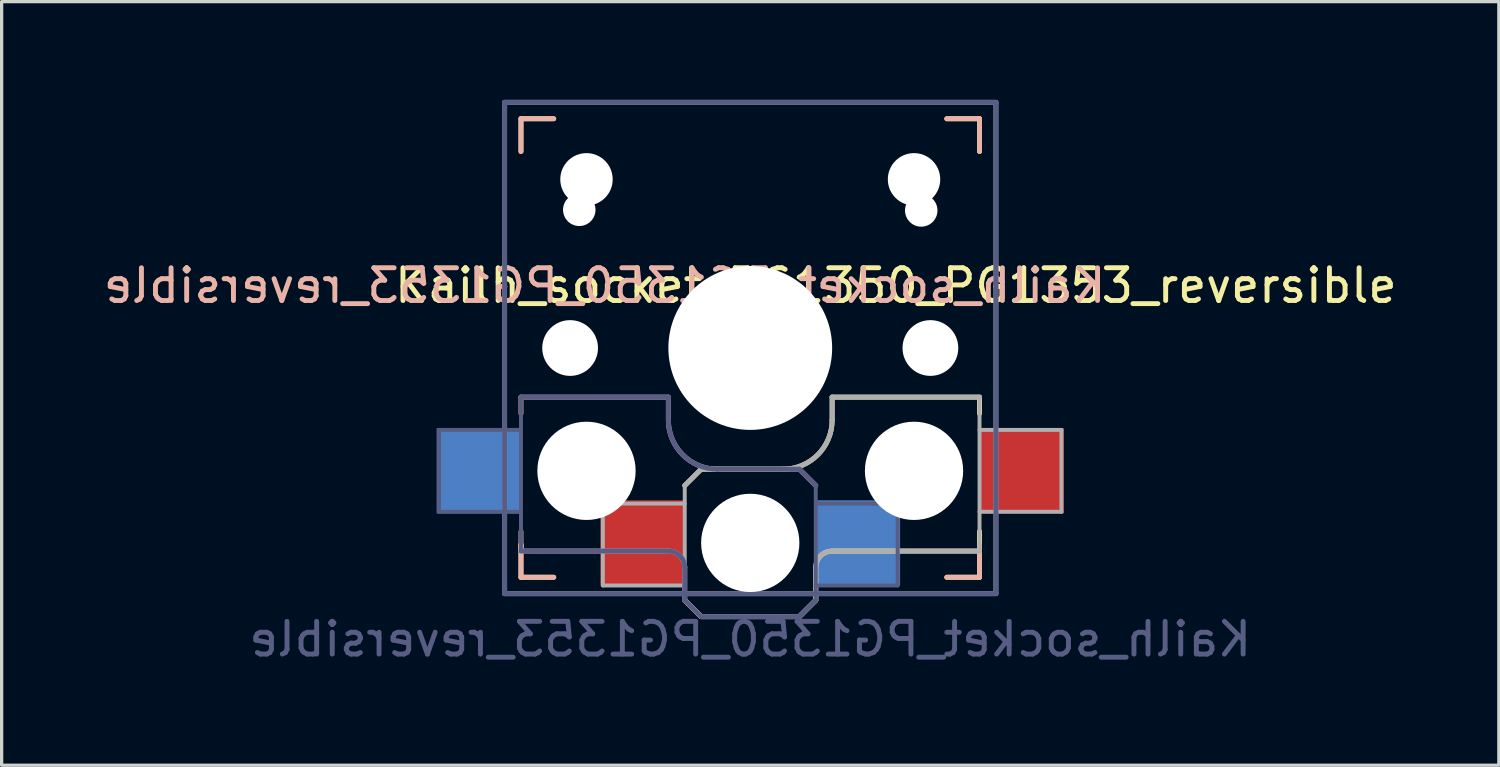
<source format=kicad_pcb>
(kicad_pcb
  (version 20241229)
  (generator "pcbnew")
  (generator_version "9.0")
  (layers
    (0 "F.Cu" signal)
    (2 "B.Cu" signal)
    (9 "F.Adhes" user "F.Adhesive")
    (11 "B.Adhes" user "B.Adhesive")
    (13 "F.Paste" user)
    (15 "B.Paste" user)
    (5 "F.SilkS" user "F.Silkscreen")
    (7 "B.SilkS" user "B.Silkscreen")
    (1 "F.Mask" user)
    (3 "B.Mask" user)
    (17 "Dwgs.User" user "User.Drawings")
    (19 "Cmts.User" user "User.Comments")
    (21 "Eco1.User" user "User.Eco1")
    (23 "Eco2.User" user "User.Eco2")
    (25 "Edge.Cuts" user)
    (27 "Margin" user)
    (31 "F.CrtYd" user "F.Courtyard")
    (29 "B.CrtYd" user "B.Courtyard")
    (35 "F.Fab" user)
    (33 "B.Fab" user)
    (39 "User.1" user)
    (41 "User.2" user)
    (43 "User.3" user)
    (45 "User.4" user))
  (footprint "Kailh_socket_PG1350_PG1353_reversible"
    (layer "F.Cu")
    (at 19.856 7.575)
    (property "Reference" "Kailh_socket_PG1350_PG1353_reversible" (at 4.445 -1.905 0) (layer "F.SilkS") (effects (font (size 1 1) (thickness 0.15))))
    (property "Value" "Kailh_socket_PG1350_PG1353_reversible" (at 0 8.89 0) (layer "F.Fab") (hide yes) (effects (font (size 1 1) (thickness 0.15))))
    (attr smd)
    (fp_line (start -7 -7) (end -6 -7) (stroke (width 0.15) (type solid)) (layer "F.SilkS"))
    (fp_line (start -7 -6) (end -7 -7) (stroke (width 0.15) (type solid)) (layer "F.SilkS"))
    (fp_line (start -7 7) (end -7 6) (stroke (width 0.15) (type solid)) (layer "F.SilkS"))
    (fp_line (start -6 7) (end -7 7) (stroke (width 0.15) (type solid)) (layer "F.SilkS"))
    (fp_line (start -2 4.2) (end -1.5 3.7) (stroke (width 0.15) (type solid)) (layer "F.SilkS"))
    (fp_line (start -2 7.7) (end -1.5 8.2) (stroke (width 0.15) (type solid)) (layer "F.SilkS"))
    (fp_line (start -1.5 3.7) (end 1 3.7) (stroke (width 0.15) (type solid)) (layer "F.SilkS"))
    (fp_line (start -1.5 8.2) (end 1.5 8.2) (stroke (width 0.15) (type solid)) (layer "F.SilkS"))
    (fp_line (start 1.5 8.2) (end 2 7.7) (stroke (width 0.15) (type solid)) (layer "F.SilkS"))
    (fp_line (start 2 6.7) (end 2 7.7) (stroke (width 0.15) (type solid)) (layer "F.SilkS"))
    (fp_line (start 2.5 1.5) (end 7 1.5) (stroke (width 0.15) (type solid)) (layer "F.SilkS"))
    (fp_line (start 2.5 2.2) (end 2.5 1.5) (stroke (width 0.15) (type solid)) (layer "F.SilkS"))
    (fp_line (start 6 -7) (end 7 -7) (stroke (width 0.15) (type solid)) (layer "F.SilkS"))
    (fp_line (start 7 -7) (end 7 -6) (stroke (width 0.15) (type solid)) (layer "F.SilkS"))
    (fp_line (start 7 1.5) (end 7 2) (stroke (width 0.15) (type solid)) (layer "F.SilkS"))
    (fp_line (start 7 5.6) (end 7 6.2) (stroke (width 0.15) (type solid)) (layer "F.SilkS"))
    (fp_line (start 7 6) (end 7 7) (stroke (width 0.15) (type solid)) (layer "F.SilkS"))
    (fp_line (start 7 6.2) (end 2.5 6.2) (stroke (width 0.15) (type solid)) (layer "F.SilkS"))
    (fp_line (start 7 7) (end 6 7) (stroke (width 0.15) (type solid)) (layer "F.SilkS"))
    (fp_arc (start 2 6.7) (mid 2.146447 6.346447) (end 2.5 6.2) (stroke (width 0.15) (type solid)) (layer "F.SilkS"))
    (fp_arc (start 2.5 2.2) (mid 2.06066 3.26066) (end 1 3.7) (stroke (width 0.15) (type solid)) (layer "F.SilkS"))
    (fp_line (start -7 -7) (end -6 -7) (stroke (width 0.15) (type solid)) (layer "B.SilkS"))
    (fp_line (start -7 -6) (end -7 -7) (stroke (width 0.15) (type solid)) (layer "B.SilkS"))
    (fp_line (start -7 1.5) (end -7 2) (stroke (width 0.15) (type solid)) (layer "B.SilkS"))
    (fp_line (start -7 5.6) (end -7 6.2) (stroke (width 0.15) (type solid)) (layer "B.SilkS"))
    (fp_line (start -7 6.2) (end -2.5 6.2) (stroke (width 0.15) (type solid)) (layer "B.SilkS"))
    (fp_line (start -7 7) (end -7 6) (stroke (width 0.15) (type solid)) (layer "B.SilkS"))
    (fp_line (start -6 7) (end -7 7) (stroke (width 0.15) (type solid)) (layer "B.SilkS"))
    (fp_line (start -2.5 1.5) (end -7 1.5) (stroke (width 0.15) (type solid)) (layer "B.SilkS"))
    (fp_line (start -2.5 2.2) (end -2.5 1.5) (stroke (width 0.15) (type solid)) (layer "B.SilkS"))
    (fp_line (start -2 6.7) (end -2 7.7) (stroke (width 0.15) (type solid)) (layer "B.SilkS"))
    (fp_line (start -1.5 8.2) (end -2 7.7) (stroke (width 0.15) (type solid)) (layer "B.SilkS"))
    (fp_line (start 1.5 3.7) (end -1 3.7) (stroke (width 0.15) (type solid)) (layer "B.SilkS"))
    (fp_line (start 1.5 8.2) (end -1.5 8.2) (stroke (width 0.15) (type solid)) (layer "B.SilkS"))
    (fp_line (start 2 4.2) (end 1.5 3.7) (stroke (width 0.15) (type solid)) (layer "B.SilkS"))
    (fp_line (start 2 7.7) (end 1.5 8.2) (stroke (width 0.15) (type solid)) (layer "B.SilkS"))
    (fp_line (start 6 -7) (end 7 -7) (stroke (width 0.15) (type solid)) (layer "B.SilkS"))
    (fp_line (start 7 -7) (end 7 -6) (stroke (width 0.15) (type solid)) (layer "B.SilkS"))
    (fp_line (start 7 6) (end 7 7) (stroke (width 0.15) (type solid)) (layer "B.SilkS"))
    (fp_line (start 7 7) (end 6 7) (stroke (width 0.15) (type solid)) (layer "B.SilkS"))
    (fp_arc (start -2.5 6.2) (mid -2.146447 6.346447) (end -2 6.7) (stroke (width 0.15) (type solid)) (layer "B.SilkS"))
    (fp_arc (start -1 3.7) (mid -2.06066 3.26066) (end -2.5 2.2) (stroke (width 0.15) (type solid)) (layer "B.SilkS"))
    (fp_line (start -2.25 -3.451) (end -2.25 -6.401) (stroke (width 0.15) (type solid)) (layer "Eco1.User"))
    (fp_line (start -2.25 -3.451) (end 2.25 -3.455) (stroke (width 0.15) (type solid)) (layer "Eco1.User"))
    (fp_line (start 2.25 -6.405) (end -2.25 -6.401) (stroke (width 0.15) (type solid)) (layer "Eco1.User"))
    (fp_line (start 2.25 -3.455) (end 2.25 -6.405) (stroke (width 0.15) (type solid)) (layer "Eco1.User"))
    (fp_line (start -6.9 6.9) (end -6.9 -6.9) (stroke (width 0.15) (type solid)) (layer "Eco2.User"))
    (fp_line (start -6.9 6.9) (end 6.9 6.9) (stroke (width 0.15) (type solid)) (layer "Eco2.User"))
    (fp_line (start 6.9 -6.9) (end -6.9 -6.9) (stroke (width 0.15) (type solid)) (layer "Eco2.User"))
    (fp_line (start 6.9 -6.9) (end 6.9 6.9) (stroke (width 0.15) (type solid)) (layer "Eco2.User"))
    (fp_line (start -9.5 2.5) (end -7 2.5) (stroke (width 0.12) (type solid)) (layer "B.Fab"))
    (fp_line (start -9.5 5) (end -9.5 2.5) (stroke (width 0.12) (type solid)) (layer "B.Fab"))
    (fp_line (start -7.5 -7.5) (end 7.5 -7.5) (stroke (width 0.15) (type solid)) (layer "B.Fab"))
    (fp_line (start -7.5 7.5) (end -7.5 -7.5) (stroke (width 0.15) (type solid)) (layer "B.Fab"))
    (fp_line (start -7 1.5) (end -7 6.2) (stroke (width 0.12) (type solid)) (layer "B.Fab"))
    (fp_line (start -7 5) (end -9.5 5) (stroke (width 0.12) (type solid)) (layer "B.Fab"))
    (fp_line (start -7 6.2) (end -2.5 6.2) (stroke (width 0.15) (type solid)) (layer "B.Fab"))
    (fp_line (start -2.5 1.5) (end -7 1.5) (stroke (width 0.15) (type solid)) (layer "B.Fab"))
    (fp_line (start -2.5 2.2) (end -2.5 1.5) (stroke (width 0.15) (type solid)) (layer "B.Fab"))
    (fp_line (start -2 6.7) (end -2 7.7) (stroke (width 0.15) (type solid)) (layer "B.Fab"))
    (fp_line (start -1.5 8.2) (end -2 7.7) (stroke (width 0.15) (type solid)) (layer "B.Fab"))
    (fp_line (start 1.5 3.7) (end -1 3.7) (stroke (width 0.15) (type solid)) (layer "B.Fab"))
    (fp_line (start 1.5 8.2) (end -1.5 8.2) (stroke (width 0.15) (type solid)) (layer "B.Fab"))
    (fp_line (start 2 4.2) (end 1.5 3.7) (stroke (width 0.15) (type solid)) (layer "B.Fab"))
    (fp_line (start 2 4.25) (end 2 7.7) (stroke (width 0.12) (type solid)) (layer "B.Fab"))
    (fp_line (start 2 4.75) (end 4.5 4.75) (stroke (width 0.12) (type solid)) (layer "B.Fab"))
    (fp_line (start 2 7.7) (end 1.5 8.2) (stroke (width 0.15) (type solid)) (layer "B.Fab"))
    (fp_line (start 4.5 4.75) (end 4.5 7.25) (stroke (width 0.12) (type solid)) (layer "B.Fab"))
    (fp_line (start 4.5 7.25) (end 2 7.25) (stroke (width 0.12) (type solid)) (layer "B.Fab"))
    (fp_line (start 7.5 -7.5) (end 7.5 7.5) (stroke (width 0.15) (type solid)) (layer "B.Fab"))
    (fp_line (start 7.5 7.5) (end -7.5 7.5) (stroke (width 0.15) (type solid)) (layer "B.Fab"))
    (fp_arc (start -2.5 6.2) (mid -2.146447 6.346447) (end -2 6.7) (stroke (width 0.15) (type solid)) (layer "B.Fab"))
    (fp_arc (start -1 3.7) (mid -2.06066 3.26066) (end -2.5 2.2) (stroke (width 0.15) (type solid)) (layer "B.Fab"))
    (fp_line (start -7.5 -7.5) (end 7.5 -7.5) (stroke (width 0.15) (type solid)) (layer "F.Fab"))
    (fp_line (start -7.5 7.5) (end -7.5 -7.5) (stroke (width 0.15) (type solid)) (layer "F.Fab"))
    (fp_line (start -4.5 4.75) (end -4.5 7.25) (stroke (width 0.12) (type solid)) (layer "F.Fab"))
    (fp_line (start -4.5 7.25) (end -2 7.25) (stroke (width 0.12) (type solid)) (layer "F.Fab"))
    (fp_line (start -2 4.2) (end -1.5 3.7) (stroke (width 0.15) (type solid)) (layer "F.Fab"))
    (fp_line (start -2 4.25) (end -2 7.7) (stroke (width 0.12) (type solid)) (layer "F.Fab"))
    (fp_line (start -2 4.75) (end -4.5 4.75) (stroke (width 0.12) (type solid)) (layer "F.Fab"))
    (fp_line (start -2 7.7) (end -1.5 8.2) (stroke (width 0.15) (type solid)) (layer "F.Fab"))
    (fp_line (start -1.5 3.7) (end 1 3.7) (stroke (width 0.15) (type solid)) (layer "F.Fab"))
    (fp_line (start -1.5 8.2) (end 1.5 8.2) (stroke (width 0.15) (type solid)) (layer "F.Fab"))
    (fp_line (start 1.5 8.2) (end 2 7.7) (stroke (width 0.15) (type solid)) (layer "F.Fab"))
    (fp_line (start 2 6.7) (end 2 7.7) (stroke (width 0.15) (type solid)) (layer "F.Fab"))
    (fp_line (start 2.5 1.5) (end 7 1.5) (stroke (width 0.15) (type solid)) (layer "F.Fab"))
    (fp_line (start 2.5 2.2) (end 2.5 1.5) (stroke (width 0.15) (type solid)) (layer "F.Fab"))
    (fp_line (start 7 1.5) (end 7 6.2) (stroke (width 0.12) (type solid)) (layer "F.Fab"))
    (fp_line (start 7 5) (end 9.5 5) (stroke (width 0.12) (type solid)) (layer "F.Fab"))
    (fp_line (start 7 6.2) (end 2.5 6.2) (stroke (width 0.15) (type solid)) (layer "F.Fab"))
    (fp_line (start 7.5 -7.5) (end 7.5 7.5) (stroke (width 0.15) (type solid)) (layer "F.Fab"))
    (fp_line (start 7.5 7.5) (end -7.5 7.5) (stroke (width 0.15) (type solid)) (layer "F.Fab"))
    (fp_line (start 9.5 2.5) (end 7 2.5) (stroke (width 0.12) (type solid)) (layer "F.Fab"))
    (fp_line (start 9.5 5) (end 9.5 2.5) (stroke (width 0.12) (type solid)) (layer "F.Fab"))
    (fp_arc (start 2 6.7) (mid 2.146447 6.346447) (end 2.5 6.2) (stroke (width 0.15) (type solid)) (layer "F.Fab"))
    (fp_arc (start 2.5 2.2) (mid 2.06066 3.26066) (end 1 3.7) (stroke (width 0.15) (type solid)) (layer "F.Fab"))
    (fp_text user "${REFERENCE}" (at -4.445 -1.905 0) (layer "B.SilkS") (effects (font (size 1 1) (thickness 0.15)) (justify mirror)))
    (fp_text user "${VALUE}" (at 0 8.89 0) (layer "B.Fab") (effects (font (size 1 1) (thickness 0.15)) (justify mirror)))
    (pad "" np_thru_hole circle (at -5.5 0) (size 1.702 1.702) (drill 1.702) (layers "*.Cu" "*.Mask"))
    (pad "" np_thru_hole circle (at -5.22 -4.22) (size 0.991 0.991) (drill 0.991) (layers "*.Cu" "*.Mask"))
    (pad "" np_thru_hole circle (at -5 -5.15) (size 1.6 1.6) (drill 1.6) (layers "*.Cu" "*.Mask"))
    (pad "" np_thru_hole circle (at -5 3.75) (size 3 3) (drill 3) (layers "*.Cu" "*.Mask"))
    (pad "" np_thru_hole circle (at 0 0) (size 5 5) (drill 5) (layers "*.Cu" "*.Mask"))
    (pad "" np_thru_hole circle (at 0 5.95) (size 3 3) (drill 3) (layers "*.Cu" "*.Mask"))
    (pad "" np_thru_hole circle (at 5 -5.15) (size 1.6 1.6) (drill 1.6) (layers "*.Cu" "*.Mask"))
    (pad "" np_thru_hole circle (at 5 3.75) (size 3 3) (drill 3) (layers "*.Cu" "*.Mask"))
    (pad "" np_thru_hole circle (at 5.22 -4.2) (size 0.991 0.991) (drill 0.991) (layers "*.Cu" "*.Mask"))
    (pad "" np_thru_hole circle (at 5.5 0) (size 1.702 1.702) (drill 1.702) (layers "*.Cu" "*.Mask"))
    (pad "1" smd rect (at -8.275 3.75) (size 2.6 2.6) (layers "B.Cu" "B.Mask" "B.Paste"))
    (pad "1" smd rect (at -3.275 5.95) (size 2.6 2.6) (layers "F.Cu" "F.Mask" "F.Paste"))
    (pad "2" smd rect (at 3.275 5.95) (size 2.6 2.6) (layers "B.Cu" "B.Mask" "B.Paste"))
    (pad "2" smd rect (at 8.275 3.75) (size 2.6 2.6) (layers "F.Cu" "F.Mask" "F.Paste")))
  (gr_rect
    (start -3 -3)
    (end 42.711 20.313)
    (stroke (width 0.1) (type default))
    (fill no)
    (layer "Edge.Cuts")))
</source>
